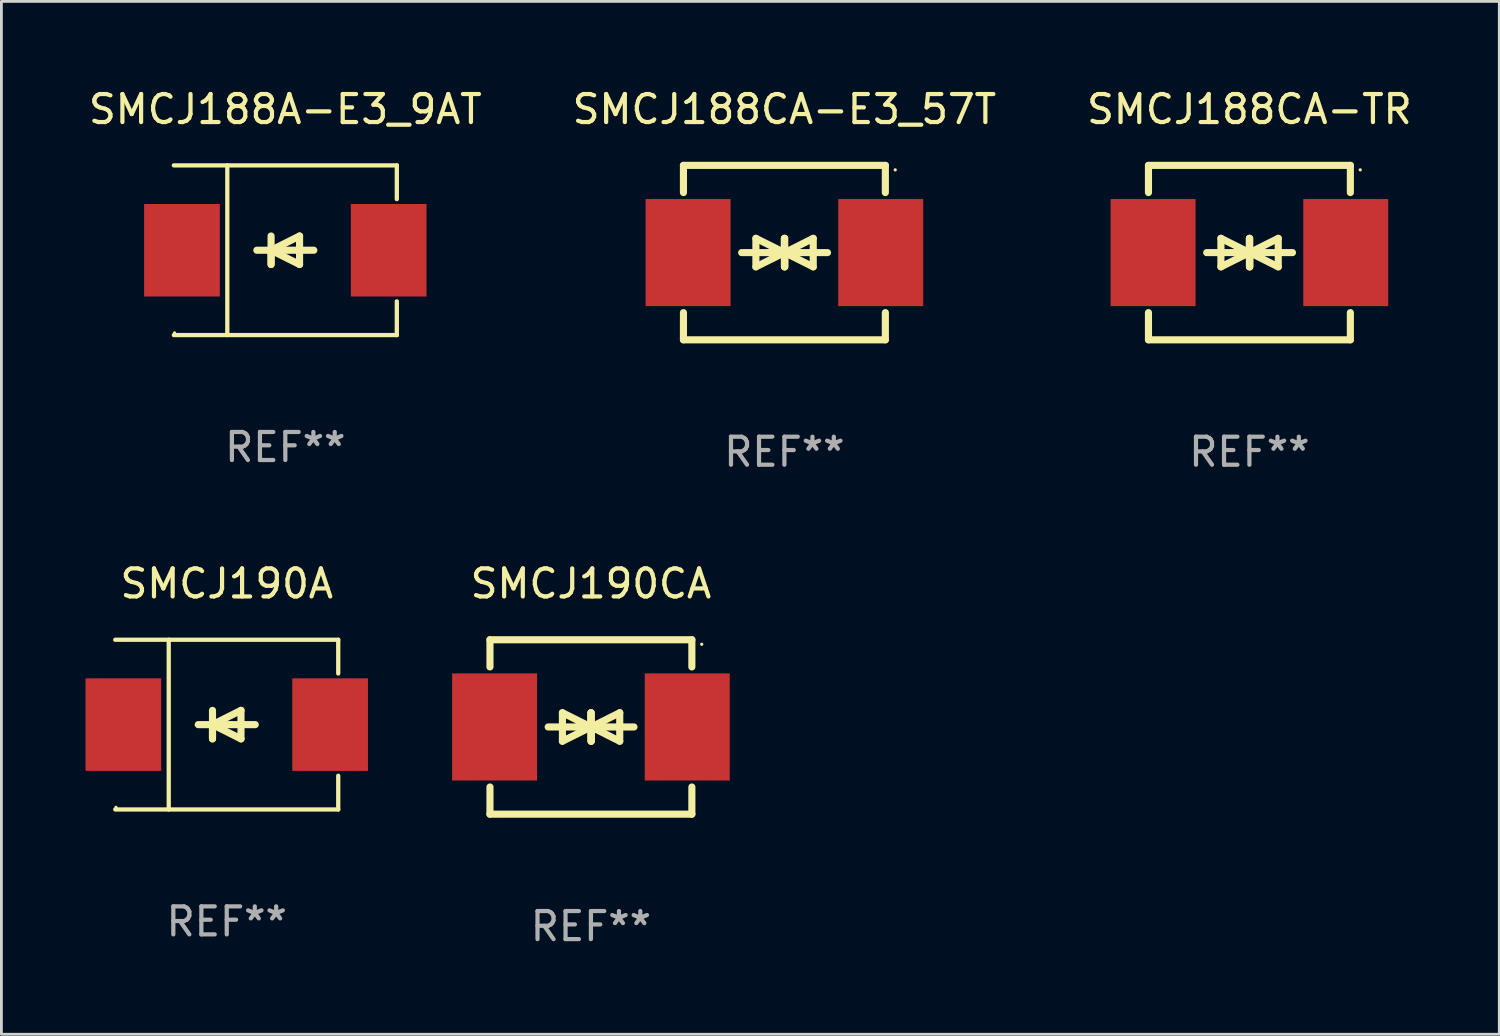
<source format=kicad_pcb>
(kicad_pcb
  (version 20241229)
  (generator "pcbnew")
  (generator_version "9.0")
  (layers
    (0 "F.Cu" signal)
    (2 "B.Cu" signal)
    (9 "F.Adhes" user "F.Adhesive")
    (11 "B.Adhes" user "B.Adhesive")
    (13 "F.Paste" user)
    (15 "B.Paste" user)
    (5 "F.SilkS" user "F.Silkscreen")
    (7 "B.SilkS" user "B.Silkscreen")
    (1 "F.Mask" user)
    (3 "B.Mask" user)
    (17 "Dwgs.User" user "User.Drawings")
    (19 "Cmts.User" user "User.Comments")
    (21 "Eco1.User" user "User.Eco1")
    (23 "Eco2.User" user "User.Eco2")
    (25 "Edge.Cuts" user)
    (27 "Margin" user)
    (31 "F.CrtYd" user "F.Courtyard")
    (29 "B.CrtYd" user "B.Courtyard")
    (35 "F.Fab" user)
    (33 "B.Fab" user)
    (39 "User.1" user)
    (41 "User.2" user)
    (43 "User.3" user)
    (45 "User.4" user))
  (footprint "SMCJ188CA-E3_57T"
    (layer "F.Cu")
    (at 24.923 5.958)
    (property "Reference" "SMCJ188CA-E3_57T" (at 0 -5.11 0) (layer "F.SilkS") (effects (font (size 1 1) (thickness 0.15))))
    (attr through_hole)
    (fp_line (start -3.6 -2.141) (end -3.6 -3.11) (stroke (width 0.254) (type solid)) (layer "F.SilkS"))
    (fp_line (start -3.6 3.11) (end -3.6 2.141) (stroke (width 0.254) (type solid)) (layer "F.SilkS"))
    (fp_line (start -1.524 0) (end 0.508 0) (stroke (width 0.254) (type solid)) (layer "F.SilkS"))
    (fp_line (start -1.016 -0.508) (end -1.016 0.508) (stroke (width 0.254) (type solid)) (layer "F.SilkS"))
    (fp_line (start -1.016 0.508) (end 0 0) (stroke (width 0.254) (type solid)) (layer "F.SilkS"))
    (fp_line (start 0 -0.508) (end 0 0.508) (stroke (width 0.254) (type solid)) (layer "F.SilkS"))
    (fp_line (start 0 0) (end -1.016 -0.508) (stroke (width 0.254) (type solid)) (layer "F.SilkS"))
    (fp_line (start 0 0) (end 0 -0.508) (stroke (width 0.254) (type solid)) (layer "F.SilkS"))
    (fp_line (start 0.012 0) (end 0.012 0.508) (stroke (width 0.254) (type solid)) (layer "F.SilkS"))
    (fp_line (start 0.012 0) (end 1.028 0.508) (stroke (width 0.254) (type solid)) (layer "F.SilkS"))
    (fp_line (start 0.012 0.508) (end 0.012 -0.508) (stroke (width 0.254) (type solid)) (layer "F.SilkS"))
    (fp_line (start 1.028 -0.508) (end 0.012 0) (stroke (width 0.254) (type solid)) (layer "F.SilkS"))
    (fp_line (start 1.028 0.508) (end 1.028 -0.508) (stroke (width 0.254) (type solid)) (layer "F.SilkS"))
    (fp_line (start 1.536 0) (end -0.496 0) (stroke (width 0.254) (type solid)) (layer "F.SilkS"))
    (fp_line (start 3.6 -3.11) (end -3.6 -3.11) (stroke (width 0.254) (type solid)) (layer "F.SilkS"))
    (fp_line (start 3.6 -2.141) (end 3.6 -3.11) (stroke (width 0.254) (type solid)) (layer "F.SilkS"))
    (fp_line (start 3.6 3.11) (end -3.6 3.11) (stroke (width 0.254) (type solid)) (layer "F.SilkS"))
    (fp_line (start 3.6 3.11) (end 3.6 2.141) (stroke (width 0.254) (type solid)) (layer "F.SilkS"))
    (fp_circle (center 3.952 -2.95) (end 3.982 -2.95) (stroke (width 0.06) (type solid)) (fill no) (layer "F.SilkS"))
    (fp_text user "REF**" (at 0 7.11 0) (layer "F.Fab") (effects (font (size 1 1) (thickness 0.15))))
    (pad "1" smd rect (at 3.435 0) (size 3.03 3.82) (layers "F.Cu" "F.Mask" "F.Paste"))
    (pad "2" smd rect (at -3.435 0) (size 3.03 3.82) (layers "F.Cu" "F.Mask" "F.Paste")))
  (footprint "SMCJ190A"
    (layer "F.Cu")
    (at 5.036 22.791)
    (property "Reference" "SMCJ190A" (at 0 -5.026 0) (layer "F.SilkS") (effects (font (size 1 1) (thickness 0.15))))
    (attr through_hole)
    (fp_line (start -3.976 -3.026) (end 3.976 -3.026) (stroke (width 0.152) (type solid)) (layer "F.SilkS"))
    (fp_line (start -3.976 3.026) (end 3.976 3.026) (stroke (width 0.152) (type solid)) (layer "F.SilkS"))
    (fp_line (start -2.069 -3.026) (end -2.069 3.026) (stroke (width 0.152) (type solid)) (layer "F.SilkS"))
    (fp_line (start -0.508 0) (end -0.508 0.508) (stroke (width 0.254) (type solid)) (layer "F.SilkS"))
    (fp_line (start -0.508 0) (end 0.508 0.508) (stroke (width 0.254) (type solid)) (layer "F.SilkS"))
    (fp_line (start -0.508 0.508) (end -0.508 -0.508) (stroke (width 0.254) (type solid)) (layer "F.SilkS"))
    (fp_line (start 0.508 -0.508) (end -0.508 0) (stroke (width 0.254) (type solid)) (layer "F.SilkS"))
    (fp_line (start 0.508 0.508) (end 0.508 -0.508) (stroke (width 0.254) (type solid)) (layer "F.SilkS"))
    (fp_line (start 1.016 0) (end -1.016 0) (stroke (width 0.254) (type solid)) (layer "F.SilkS"))
    (fp_line (start 3.976 -3.026) (end 3.976 -1.823) (stroke (width 0.152) (type solid)) (layer "F.SilkS"))
    (fp_line (start 3.976 3.026) (end 3.976 1.823) (stroke (width 0.152) (type solid)) (layer "F.SilkS"))
    (fp_circle (center -3.95 2.95) (end -3.92 2.95) (stroke (width 0.06) (type solid)) (fill no) (layer "F.SilkS"))
    (fp_text user "REF**" (at 0 7.026 0) (layer "F.Fab") (effects (font (size 1 1) (thickness 0.15))))
    (pad "1" smd rect (at -3.686 0) (size 2.7 3.3) (layers "F.Cu" "F.Mask" "F.Paste"))
    (pad "2" smd rect (at 3.686 0) (size 2.7 3.3) (layers "F.Cu" "F.Mask" "F.Paste")))
  (footprint "SMCJ190CA"
    (layer "F.Cu")
    (at 18.023 22.875)
    (property "Reference" "SMCJ190CA" (at 0 -5.11 0) (layer "F.SilkS") (effects (font (size 1 1) (thickness 0.15))))
    (attr through_hole)
    (fp_line (start -3.6 -2.141) (end -3.6 -3.11) (stroke (width 0.254) (type solid)) (layer "F.SilkS"))
    (fp_line (start -3.6 3.11) (end -3.6 2.141) (stroke (width 0.254) (type solid)) (layer "F.SilkS"))
    (fp_line (start -1.524 0) (end 0.508 0) (stroke (width 0.254) (type solid)) (layer "F.SilkS"))
    (fp_line (start -1.016 -0.508) (end -1.016 0.508) (stroke (width 0.254) (type solid)) (layer "F.SilkS"))
    (fp_line (start -1.016 0.508) (end 0 0) (stroke (width 0.254) (type solid)) (layer "F.SilkS"))
    (fp_line (start 0 -0.508) (end 0 0.508) (stroke (width 0.254) (type solid)) (layer "F.SilkS"))
    (fp_line (start 0 0) (end -1.016 -0.508) (stroke (width 0.254) (type solid)) (layer "F.SilkS"))
    (fp_line (start 0 0) (end 0 -0.508) (stroke (width 0.254) (type solid)) (layer "F.SilkS"))
    (fp_line (start 0.012 0) (end 0.012 0.508) (stroke (width 0.254) (type solid)) (layer "F.SilkS"))
    (fp_line (start 0.012 0) (end 1.028 0.508) (stroke (width 0.254) (type solid)) (layer "F.SilkS"))
    (fp_line (start 0.012 0.508) (end 0.012 -0.508) (stroke (width 0.254) (type solid)) (layer "F.SilkS"))
    (fp_line (start 1.028 -0.508) (end 0.012 0) (stroke (width 0.254) (type solid)) (layer "F.SilkS"))
    (fp_line (start 1.028 0.508) (end 1.028 -0.508) (stroke (width 0.254) (type solid)) (layer "F.SilkS"))
    (fp_line (start 1.536 0) (end -0.496 0) (stroke (width 0.254) (type solid)) (layer "F.SilkS"))
    (fp_line (start 3.6 -3.11) (end -3.6 -3.11) (stroke (width 0.254) (type solid)) (layer "F.SilkS"))
    (fp_line (start 3.6 -2.141) (end 3.6 -3.11) (stroke (width 0.254) (type solid)) (layer "F.SilkS"))
    (fp_line (start 3.6 3.11) (end -3.6 3.11) (stroke (width 0.254) (type solid)) (layer "F.SilkS"))
    (fp_line (start 3.6 3.11) (end 3.6 2.141) (stroke (width 0.254) (type solid)) (layer "F.SilkS"))
    (fp_circle (center 3.952 -2.95) (end 3.982 -2.95) (stroke (width 0.06) (type solid)) (fill no) (layer "F.SilkS"))
    (fp_text user "REF**" (at 0 7.11 0) (layer "F.Fab") (effects (font (size 1 1) (thickness 0.15))))
    (pad "1" smd rect (at 3.435 0) (size 3.03 3.82) (layers "F.Cu" "F.Mask" "F.Paste"))
    (pad "2" smd rect (at -3.435 0) (size 3.03 3.82) (layers "F.Cu" "F.Mask" "F.Paste")))
  (footprint "SMCJ188CA-TR"
    (layer "F.Cu")
    (at 41.506 5.958)
    (property "Reference" "SMCJ188CA-TR" (at 0 -5.11 0) (layer "F.SilkS") (effects (font (size 1 1) (thickness 0.15))))
    (attr through_hole)
    (fp_line (start -3.6 -2.141) (end -3.6 -3.11) (stroke (width 0.254) (type solid)) (layer "F.SilkS"))
    (fp_line (start -3.6 3.11) (end -3.6 2.141) (stroke (width 0.254) (type solid)) (layer "F.SilkS"))
    (fp_line (start -1.524 0) (end 0.508 0) (stroke (width 0.254) (type solid)) (layer "F.SilkS"))
    (fp_line (start -1.016 -0.508) (end -1.016 0.508) (stroke (width 0.254) (type solid)) (layer "F.SilkS"))
    (fp_line (start -1.016 0.508) (end 0 0) (stroke (width 0.254) (type solid)) (layer "F.SilkS"))
    (fp_line (start 0 -0.508) (end 0 0.508) (stroke (width 0.254) (type solid)) (layer "F.SilkS"))
    (fp_line (start 0 0) (end -1.016 -0.508) (stroke (width 0.254) (type solid)) (layer "F.SilkS"))
    (fp_line (start 0 0) (end 0 -0.508) (stroke (width 0.254) (type solid)) (layer "F.SilkS"))
    (fp_line (start 0.012 0) (end 0.012 0.508) (stroke (width 0.254) (type solid)) (layer "F.SilkS"))
    (fp_line (start 0.012 0) (end 1.028 0.508) (stroke (width 0.254) (type solid)) (layer "F.SilkS"))
    (fp_line (start 0.012 0.508) (end 0.012 -0.508) (stroke (width 0.254) (type solid)) (layer "F.SilkS"))
    (fp_line (start 1.028 -0.508) (end 0.012 0) (stroke (width 0.254) (type solid)) (layer "F.SilkS"))
    (fp_line (start 1.028 0.508) (end 1.028 -0.508) (stroke (width 0.254) (type solid)) (layer "F.SilkS"))
    (fp_line (start 1.536 0) (end -0.496 0) (stroke (width 0.254) (type solid)) (layer "F.SilkS"))
    (fp_line (start 3.6 -3.11) (end -3.6 -3.11) (stroke (width 0.254) (type solid)) (layer "F.SilkS"))
    (fp_line (start 3.6 -2.141) (end 3.6 -3.11) (stroke (width 0.254) (type solid)) (layer "F.SilkS"))
    (fp_line (start 3.6 3.11) (end -3.6 3.11) (stroke (width 0.254) (type solid)) (layer "F.SilkS"))
    (fp_line (start 3.6 3.11) (end 3.6 2.141) (stroke (width 0.254) (type solid)) (layer "F.SilkS"))
    (fp_circle (center 3.952 -2.95) (end 3.982 -2.95) (stroke (width 0.06) (type solid)) (fill no) (layer "F.SilkS"))
    (fp_text user "REF**" (at 0 7.11 0) (layer "F.Fab") (effects (font (size 1 1) (thickness 0.15))))
    (pad "1" smd rect (at 3.435 0) (size 3.03 3.82) (layers "F.Cu" "F.Mask" "F.Paste"))
    (pad "2" smd rect (at -3.435 0) (size 3.03 3.82) (layers "F.Cu" "F.Mask" "F.Paste")))
  (footprint "SMCJ188A-E3_9AT"
    (layer "F.Cu")
    (at 7.125 5.874)
    (property "Reference" "SMCJ188A-E3_9AT" (at 0 -5.026 0) (layer "F.SilkS") (effects (font (size 1 1) (thickness 0.15))))
    (attr through_hole)
    (fp_line (start -3.976 -3.026) (end 3.976 -3.026) (stroke (width 0.152) (type solid)) (layer "F.SilkS"))
    (fp_line (start -3.976 3.026) (end 3.976 3.026) (stroke (width 0.152) (type solid)) (layer "F.SilkS"))
    (fp_line (start -2.069 -3.026) (end -2.069 3.026) (stroke (width 0.152) (type solid)) (layer "F.SilkS"))
    (fp_line (start -0.508 0) (end -0.508 0.508) (stroke (width 0.254) (type solid)) (layer "F.SilkS"))
    (fp_line (start -0.508 0) (end 0.508 0.508) (stroke (width 0.254) (type solid)) (layer "F.SilkS"))
    (fp_line (start -0.508 0.508) (end -0.508 -0.508) (stroke (width 0.254) (type solid)) (layer "F.SilkS"))
    (fp_line (start 0.508 -0.508) (end -0.508 0) (stroke (width 0.254) (type solid)) (layer "F.SilkS"))
    (fp_line (start 0.508 0.508) (end 0.508 -0.508) (stroke (width 0.254) (type solid)) (layer "F.SilkS"))
    (fp_line (start 1.016 0) (end -1.016 0) (stroke (width 0.254) (type solid)) (layer "F.SilkS"))
    (fp_line (start 3.976 -3.026) (end 3.976 -1.823) (stroke (width 0.152) (type solid)) (layer "F.SilkS"))
    (fp_line (start 3.976 3.026) (end 3.976 1.823) (stroke (width 0.152) (type solid)) (layer "F.SilkS"))
    (fp_circle (center -3.95 2.95) (end -3.92 2.95) (stroke (width 0.06) (type solid)) (fill no) (layer "F.SilkS"))
    (fp_text user "REF**" (at 0 7.026 0) (layer "F.Fab") (effects (font (size 1 1) (thickness 0.15))))
    (pad "1" smd rect (at -3.686 0) (size 2.7 3.3) (layers "F.Cu" "F.Mask" "F.Paste"))
    (pad "2" smd rect (at 3.686 0) (size 2.7 3.3) (layers "F.Cu" "F.Mask" "F.Paste")))
  (gr_rect
    (start -3 -3)
    (end 50.417 33.833)
    (stroke (width 0.1) (type default))
    (fill no)
    (layer "Edge.Cuts")))
</source>
